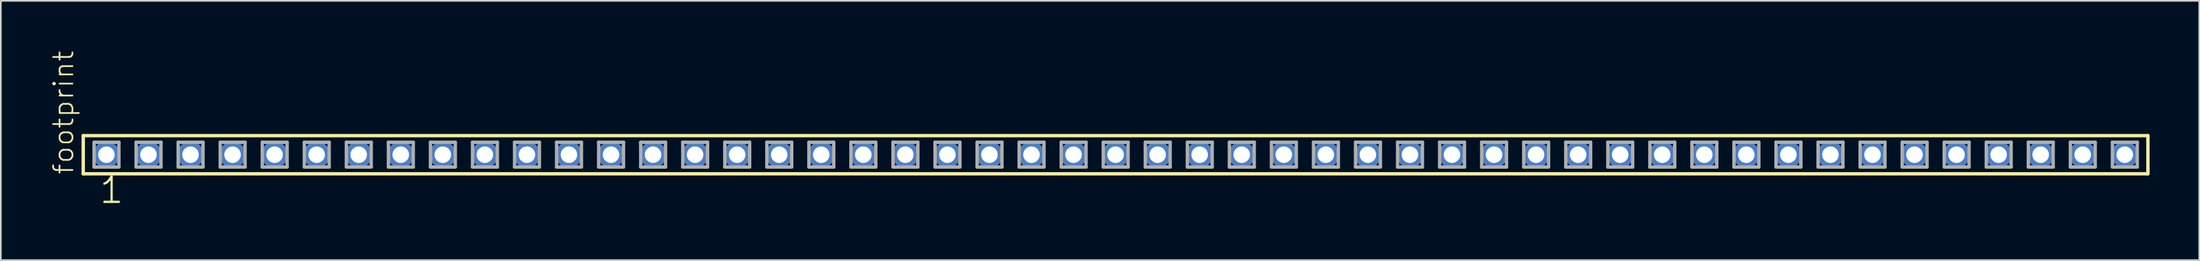
<source format=kicad_pcb>
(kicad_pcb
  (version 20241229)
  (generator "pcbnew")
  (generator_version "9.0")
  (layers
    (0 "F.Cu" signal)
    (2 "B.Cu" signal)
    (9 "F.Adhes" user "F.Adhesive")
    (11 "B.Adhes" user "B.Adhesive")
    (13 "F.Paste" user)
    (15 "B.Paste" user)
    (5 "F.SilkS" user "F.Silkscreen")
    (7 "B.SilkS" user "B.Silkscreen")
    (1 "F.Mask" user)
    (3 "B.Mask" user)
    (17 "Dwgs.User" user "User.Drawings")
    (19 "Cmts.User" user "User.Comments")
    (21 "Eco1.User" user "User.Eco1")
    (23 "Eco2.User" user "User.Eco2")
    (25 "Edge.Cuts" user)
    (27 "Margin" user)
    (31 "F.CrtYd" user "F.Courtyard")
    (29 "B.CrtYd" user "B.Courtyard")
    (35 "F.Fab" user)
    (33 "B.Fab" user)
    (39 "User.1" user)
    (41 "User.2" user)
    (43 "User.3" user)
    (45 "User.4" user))
  (footprint "footprint"
    (layer "F.Cu")
    (at 64.338 6.312)
    (property "Reference" "footprint" (at -62.865 1.27 90) (layer "F.SilkS") (effects (font (size 1.168 1.168) (thickness 0.102)) (justify left bottom)))
    (fp_line (start -62.359 -1.155) (end 62.359 -1.155) (stroke (width 0.203) (type solid)) (layer "F.SilkS"))
    (fp_line (start -62.359 1.155) (end -62.359 -1.155) (stroke (width 0.203) (type solid)) (layer "F.SilkS"))
    (fp_line (start 62.359 -1.155) (end 62.359 1.155) (stroke (width 0.203) (type solid)) (layer "F.SilkS"))
    (fp_line (start 62.359 1.155) (end -62.359 1.155) (stroke (width 0.203) (type solid)) (layer "F.SilkS"))
    (fp_line (start -61.705 -0.755) (end -60.205 -0.755) (stroke (width 0.203) (type solid)) (layer "F.Fab"))
    (fp_line (start -61.705 0.745) (end -61.705 -0.755) (stroke (width 0.203) (type solid)) (layer "F.Fab"))
    (fp_line (start -60.205 -0.755) (end -60.205 0.745) (stroke (width 0.203) (type solid)) (layer "F.Fab"))
    (fp_line (start -60.205 0.745) (end -61.705 0.745) (stroke (width 0.203) (type solid)) (layer "F.Fab"))
    (fp_line (start -59.165 -0.755) (end -57.665 -0.755) (stroke (width 0.203) (type solid)) (layer "F.Fab"))
    (fp_line (start -59.165 0.745) (end -59.165 -0.755) (stroke (width 0.203) (type solid)) (layer "F.Fab"))
    (fp_line (start -57.665 -0.755) (end -57.665 0.745) (stroke (width 0.203) (type solid)) (layer "F.Fab"))
    (fp_line (start -57.665 0.745) (end -59.165 0.745) (stroke (width 0.203) (type solid)) (layer "F.Fab"))
    (fp_line (start -56.625 -0.755) (end -55.125 -0.755) (stroke (width 0.203) (type solid)) (layer "F.Fab"))
    (fp_line (start -56.625 0.745) (end -56.625 -0.755) (stroke (width 0.203) (type solid)) (layer "F.Fab"))
    (fp_line (start -55.125 -0.755) (end -55.125 0.745) (stroke (width 0.203) (type solid)) (layer "F.Fab"))
    (fp_line (start -55.125 0.745) (end -56.625 0.745) (stroke (width 0.203) (type solid)) (layer "F.Fab"))
    (fp_line (start -54.085 -0.755) (end -52.585 -0.755) (stroke (width 0.203) (type solid)) (layer "F.Fab"))
    (fp_line (start -54.085 0.745) (end -54.085 -0.755) (stroke (width 0.203) (type solid)) (layer "F.Fab"))
    (fp_line (start -52.585 -0.755) (end -52.585 0.745) (stroke (width 0.203) (type solid)) (layer "F.Fab"))
    (fp_line (start -52.585 0.745) (end -54.085 0.745) (stroke (width 0.203) (type solid)) (layer "F.Fab"))
    (fp_line (start -51.545 -0.755) (end -50.045 -0.755) (stroke (width 0.203) (type solid)) (layer "F.Fab"))
    (fp_line (start -51.545 0.745) (end -51.545 -0.755) (stroke (width 0.203) (type solid)) (layer "F.Fab"))
    (fp_line (start -50.045 -0.755) (end -50.045 0.745) (stroke (width 0.203) (type solid)) (layer "F.Fab"))
    (fp_line (start -50.045 0.745) (end -51.545 0.745) (stroke (width 0.203) (type solid)) (layer "F.Fab"))
    (fp_line (start -49.005 -0.755) (end -47.505 -0.755) (stroke (width 0.203) (type solid)) (layer "F.Fab"))
    (fp_line (start -49.005 0.745) (end -49.005 -0.755) (stroke (width 0.203) (type solid)) (layer "F.Fab"))
    (fp_line (start -47.505 -0.755) (end -47.505 0.745) (stroke (width 0.203) (type solid)) (layer "F.Fab"))
    (fp_line (start -47.505 0.745) (end -49.005 0.745) (stroke (width 0.203) (type solid)) (layer "F.Fab"))
    (fp_line (start -46.465 -0.755) (end -44.965 -0.755) (stroke (width 0.203) (type solid)) (layer "F.Fab"))
    (fp_line (start -46.465 0.745) (end -46.465 -0.755) (stroke (width 0.203) (type solid)) (layer "F.Fab"))
    (fp_line (start -44.965 -0.755) (end -44.965 0.745) (stroke (width 0.203) (type solid)) (layer "F.Fab"))
    (fp_line (start -44.965 0.745) (end -46.465 0.745) (stroke (width 0.203) (type solid)) (layer "F.Fab"))
    (fp_line (start -43.925 -0.755) (end -42.425 -0.755) (stroke (width 0.203) (type solid)) (layer "F.Fab"))
    (fp_line (start -43.925 0.745) (end -43.925 -0.755) (stroke (width 0.203) (type solid)) (layer "F.Fab"))
    (fp_line (start -42.425 -0.755) (end -42.425 0.745) (stroke (width 0.203) (type solid)) (layer "F.Fab"))
    (fp_line (start -42.425 0.745) (end -43.925 0.745) (stroke (width 0.203) (type solid)) (layer "F.Fab"))
    (fp_line (start -41.385 -0.755) (end -39.885 -0.755) (stroke (width 0.203) (type solid)) (layer "F.Fab"))
    (fp_line (start -41.385 0.745) (end -41.385 -0.755) (stroke (width 0.203) (type solid)) (layer "F.Fab"))
    (fp_line (start -39.885 -0.755) (end -39.885 0.745) (stroke (width 0.203) (type solid)) (layer "F.Fab"))
    (fp_line (start -39.885 0.745) (end -41.385 0.745) (stroke (width 0.203) (type solid)) (layer "F.Fab"))
    (fp_line (start -38.845 -0.755) (end -37.345 -0.755) (stroke (width 0.203) (type solid)) (layer "F.Fab"))
    (fp_line (start -38.845 0.745) (end -38.845 -0.755) (stroke (width 0.203) (type solid)) (layer "F.Fab"))
    (fp_line (start -37.345 -0.755) (end -37.345 0.745) (stroke (width 0.203) (type solid)) (layer "F.Fab"))
    (fp_line (start -37.345 0.745) (end -38.845 0.745) (stroke (width 0.203) (type solid)) (layer "F.Fab"))
    (fp_line (start -36.305 -0.755) (end -34.805 -0.755) (stroke (width 0.203) (type solid)) (layer "F.Fab"))
    (fp_line (start -36.305 0.745) (end -36.305 -0.755) (stroke (width 0.203) (type solid)) (layer "F.Fab"))
    (fp_line (start -34.805 -0.755) (end -34.805 0.745) (stroke (width 0.203) (type solid)) (layer "F.Fab"))
    (fp_line (start -34.805 0.745) (end -36.305 0.745) (stroke (width 0.203) (type solid)) (layer "F.Fab"))
    (fp_line (start -33.765 -0.755) (end -32.265 -0.755) (stroke (width 0.203) (type solid)) (layer "F.Fab"))
    (fp_line (start -33.765 0.745) (end -33.765 -0.755) (stroke (width 0.203) (type solid)) (layer "F.Fab"))
    (fp_line (start -32.265 -0.755) (end -32.265 0.745) (stroke (width 0.203) (type solid)) (layer "F.Fab"))
    (fp_line (start -32.265 0.745) (end -33.765 0.745) (stroke (width 0.203) (type solid)) (layer "F.Fab"))
    (fp_line (start -31.225 -0.755) (end -29.725 -0.755) (stroke (width 0.203) (type solid)) (layer "F.Fab"))
    (fp_line (start -31.225 0.745) (end -31.225 -0.755) (stroke (width 0.203) (type solid)) (layer "F.Fab"))
    (fp_line (start -29.725 -0.755) (end -29.725 0.745) (stroke (width 0.203) (type solid)) (layer "F.Fab"))
    (fp_line (start -29.725 0.745) (end -31.225 0.745) (stroke (width 0.203) (type solid)) (layer "F.Fab"))
    (fp_line (start -28.685 -0.755) (end -27.185 -0.755) (stroke (width 0.203) (type solid)) (layer "F.Fab"))
    (fp_line (start -28.685 0.745) (end -28.685 -0.755) (stroke (width 0.203) (type solid)) (layer "F.Fab"))
    (fp_line (start -27.185 -0.755) (end -27.185 0.745) (stroke (width 0.203) (type solid)) (layer "F.Fab"))
    (fp_line (start -27.185 0.745) (end -28.685 0.745) (stroke (width 0.203) (type solid)) (layer "F.Fab"))
    (fp_line (start -26.145 -0.755) (end -24.645 -0.755) (stroke (width 0.203) (type solid)) (layer "F.Fab"))
    (fp_line (start -26.145 0.745) (end -26.145 -0.755) (stroke (width 0.203) (type solid)) (layer "F.Fab"))
    (fp_line (start -24.645 -0.755) (end -24.645 0.745) (stroke (width 0.203) (type solid)) (layer "F.Fab"))
    (fp_line (start -24.645 0.745) (end -26.145 0.745) (stroke (width 0.203) (type solid)) (layer "F.Fab"))
    (fp_line (start -23.605 -0.755) (end -22.105 -0.755) (stroke (width 0.203) (type solid)) (layer "F.Fab"))
    (fp_line (start -23.605 0.745) (end -23.605 -0.755) (stroke (width 0.203) (type solid)) (layer "F.Fab"))
    (fp_line (start -22.105 -0.755) (end -22.105 0.745) (stroke (width 0.203) (type solid)) (layer "F.Fab"))
    (fp_line (start -22.105 0.745) (end -23.605 0.745) (stroke (width 0.203) (type solid)) (layer "F.Fab"))
    (fp_line (start -21.065 -0.755) (end -19.565 -0.755) (stroke (width 0.203) (type solid)) (layer "F.Fab"))
    (fp_line (start -21.065 0.745) (end -21.065 -0.755) (stroke (width 0.203) (type solid)) (layer "F.Fab"))
    (fp_line (start -19.565 -0.755) (end -19.565 0.745) (stroke (width 0.203) (type solid)) (layer "F.Fab"))
    (fp_line (start -19.565 0.745) (end -21.065 0.745) (stroke (width 0.203) (type solid)) (layer "F.Fab"))
    (fp_line (start -18.525 -0.755) (end -17.025 -0.755) (stroke (width 0.203) (type solid)) (layer "F.Fab"))
    (fp_line (start -18.525 0.745) (end -18.525 -0.755) (stroke (width 0.203) (type solid)) (layer "F.Fab"))
    (fp_line (start -17.025 -0.755) (end -17.025 0.745) (stroke (width 0.203) (type solid)) (layer "F.Fab"))
    (fp_line (start -17.025 0.745) (end -18.525 0.745) (stroke (width 0.203) (type solid)) (layer "F.Fab"))
    (fp_line (start -15.985 -0.755) (end -14.485 -0.755) (stroke (width 0.203) (type solid)) (layer "F.Fab"))
    (fp_line (start -15.985 0.745) (end -15.985 -0.755) (stroke (width 0.203) (type solid)) (layer "F.Fab"))
    (fp_line (start -14.485 -0.755) (end -14.485 0.745) (stroke (width 0.203) (type solid)) (layer "F.Fab"))
    (fp_line (start -14.485 0.745) (end -15.985 0.745) (stroke (width 0.203) (type solid)) (layer "F.Fab"))
    (fp_line (start -13.445 -0.755) (end -11.945 -0.755) (stroke (width 0.203) (type solid)) (layer "F.Fab"))
    (fp_line (start -13.445 0.745) (end -13.445 -0.755) (stroke (width 0.203) (type solid)) (layer "F.Fab"))
    (fp_line (start -11.945 -0.755) (end -11.945 0.745) (stroke (width 0.203) (type solid)) (layer "F.Fab"))
    (fp_line (start -11.945 0.745) (end -13.445 0.745) (stroke (width 0.203) (type solid)) (layer "F.Fab"))
    (fp_line (start -10.905 -0.755) (end -9.405 -0.755) (stroke (width 0.203) (type solid)) (layer "F.Fab"))
    (fp_line (start -10.905 0.745) (end -10.905 -0.755) (stroke (width 0.203) (type solid)) (layer "F.Fab"))
    (fp_line (start -9.405 -0.755) (end -9.405 0.745) (stroke (width 0.203) (type solid)) (layer "F.Fab"))
    (fp_line (start -9.405 0.745) (end -10.905 0.745) (stroke (width 0.203) (type solid)) (layer "F.Fab"))
    (fp_line (start -8.365 -0.755) (end -6.865 -0.755) (stroke (width 0.203) (type solid)) (layer "F.Fab"))
    (fp_line (start -8.365 0.745) (end -8.365 -0.755) (stroke (width 0.203) (type solid)) (layer "F.Fab"))
    (fp_line (start -6.865 -0.755) (end -6.865 0.745) (stroke (width 0.203) (type solid)) (layer "F.Fab"))
    (fp_line (start -6.865 0.745) (end -8.365 0.745) (stroke (width 0.203) (type solid)) (layer "F.Fab"))
    (fp_line (start -5.825 -0.755) (end -4.325 -0.755) (stroke (width 0.203) (type solid)) (layer "F.Fab"))
    (fp_line (start -5.825 0.745) (end -5.825 -0.755) (stroke (width 0.203) (type solid)) (layer "F.Fab"))
    (fp_line (start -4.325 -0.755) (end -4.325 0.745) (stroke (width 0.203) (type solid)) (layer "F.Fab"))
    (fp_line (start -4.325 0.745) (end -5.825 0.745) (stroke (width 0.203) (type solid)) (layer "F.Fab"))
    (fp_line (start -3.285 -0.755) (end -1.785 -0.755) (stroke (width 0.203) (type solid)) (layer "F.Fab"))
    (fp_line (start -3.285 0.745) (end -3.285 -0.755) (stroke (width 0.203) (type solid)) (layer "F.Fab"))
    (fp_line (start -1.785 -0.755) (end -1.785 0.745) (stroke (width 0.203) (type solid)) (layer "F.Fab"))
    (fp_line (start -1.785 0.745) (end -3.285 0.745) (stroke (width 0.203) (type solid)) (layer "F.Fab"))
    (fp_line (start -0.745 -0.755) (end 0.755 -0.755) (stroke (width 0.203) (type solid)) (layer "F.Fab"))
    (fp_line (start -0.745 0.745) (end -0.745 -0.755) (stroke (width 0.203) (type solid)) (layer "F.Fab"))
    (fp_line (start 0.755 -0.755) (end 0.755 0.745) (stroke (width 0.203) (type solid)) (layer "F.Fab"))
    (fp_line (start 0.755 0.745) (end -0.745 0.745) (stroke (width 0.203) (type solid)) (layer "F.Fab"))
    (fp_line (start 1.795 -0.755) (end 3.295 -0.755) (stroke (width 0.203) (type solid)) (layer "F.Fab"))
    (fp_line (start 1.795 0.745) (end 1.795 -0.755) (stroke (width 0.203) (type solid)) (layer "F.Fab"))
    (fp_line (start 3.295 -0.755) (end 3.295 0.745) (stroke (width 0.203) (type solid)) (layer "F.Fab"))
    (fp_line (start 3.295 0.745) (end 1.795 0.745) (stroke (width 0.203) (type solid)) (layer "F.Fab"))
    (fp_line (start 4.335 -0.755) (end 5.835 -0.755) (stroke (width 0.203) (type solid)) (layer "F.Fab"))
    (fp_line (start 4.335 0.745) (end 4.335 -0.755) (stroke (width 0.203) (type solid)) (layer "F.Fab"))
    (fp_line (start 5.835 -0.755) (end 5.835 0.745) (stroke (width 0.203) (type solid)) (layer "F.Fab"))
    (fp_line (start 5.835 0.745) (end 4.335 0.745) (stroke (width 0.203) (type solid)) (layer "F.Fab"))
    (fp_line (start 6.875 -0.755) (end 8.375 -0.755) (stroke (width 0.203) (type solid)) (layer "F.Fab"))
    (fp_line (start 6.875 0.745) (end 6.875 -0.755) (stroke (width 0.203) (type solid)) (layer "F.Fab"))
    (fp_line (start 8.375 -0.755) (end 8.375 0.745) (stroke (width 0.203) (type solid)) (layer "F.Fab"))
    (fp_line (start 8.375 0.745) (end 6.875 0.745) (stroke (width 0.203) (type solid)) (layer "F.Fab"))
    (fp_line (start 9.415 -0.755) (end 10.915 -0.755) (stroke (width 0.203) (type solid)) (layer "F.Fab"))
    (fp_line (start 9.415 0.745) (end 9.415 -0.755) (stroke (width 0.203) (type solid)) (layer "F.Fab"))
    (fp_line (start 10.915 -0.755) (end 10.915 0.745) (stroke (width 0.203) (type solid)) (layer "F.Fab"))
    (fp_line (start 10.915 0.745) (end 9.415 0.745) (stroke (width 0.203) (type solid)) (layer "F.Fab"))
    (fp_line (start 11.955 -0.755) (end 13.455 -0.755) (stroke (width 0.203) (type solid)) (layer "F.Fab"))
    (fp_line (start 11.955 0.745) (end 11.955 -0.755) (stroke (width 0.203) (type solid)) (layer "F.Fab"))
    (fp_line (start 13.455 -0.755) (end 13.455 0.745) (stroke (width 0.203) (type solid)) (layer "F.Fab"))
    (fp_line (start 13.455 0.745) (end 11.955 0.745) (stroke (width 0.203) (type solid)) (layer "F.Fab"))
    (fp_line (start 14.495 -0.755) (end 15.995 -0.755) (stroke (width 0.203) (type solid)) (layer "F.Fab"))
    (fp_line (start 14.495 0.745) (end 14.495 -0.755) (stroke (width 0.203) (type solid)) (layer "F.Fab"))
    (fp_line (start 15.995 -0.755) (end 15.995 0.745) (stroke (width 0.203) (type solid)) (layer "F.Fab"))
    (fp_line (start 15.995 0.745) (end 14.495 0.745) (stroke (width 0.203) (type solid)) (layer "F.Fab"))
    (fp_line (start 17.035 -0.755) (end 18.535 -0.755) (stroke (width 0.203) (type solid)) (layer "F.Fab"))
    (fp_line (start 17.035 0.745) (end 17.035 -0.755) (stroke (width 0.203) (type solid)) (layer "F.Fab"))
    (fp_line (start 18.535 -0.755) (end 18.535 0.745) (stroke (width 0.203) (type solid)) (layer "F.Fab"))
    (fp_line (start 18.535 0.745) (end 17.035 0.745) (stroke (width 0.203) (type solid)) (layer "F.Fab"))
    (fp_line (start 19.575 -0.755) (end 21.075 -0.755) (stroke (width 0.203) (type solid)) (layer "F.Fab"))
    (fp_line (start 19.575 0.745) (end 19.575 -0.755) (stroke (width 0.203) (type solid)) (layer "F.Fab"))
    (fp_line (start 21.075 -0.755) (end 21.075 0.745) (stroke (width 0.203) (type solid)) (layer "F.Fab"))
    (fp_line (start 21.075 0.745) (end 19.575 0.745) (stroke (width 0.203) (type solid)) (layer "F.Fab"))
    (fp_line (start 22.115 -0.755) (end 23.615 -0.755) (stroke (width 0.203) (type solid)) (layer "F.Fab"))
    (fp_line (start 22.115 0.745) (end 22.115 -0.755) (stroke (width 0.203) (type solid)) (layer "F.Fab"))
    (fp_line (start 23.615 -0.755) (end 23.615 0.745) (stroke (width 0.203) (type solid)) (layer "F.Fab"))
    (fp_line (start 23.615 0.745) (end 22.115 0.745) (stroke (width 0.203) (type solid)) (layer "F.Fab"))
    (fp_line (start 24.655 -0.755) (end 26.155 -0.755) (stroke (width 0.203) (type solid)) (layer "F.Fab"))
    (fp_line (start 24.655 0.745) (end 24.655 -0.755) (stroke (width 0.203) (type solid)) (layer "F.Fab"))
    (fp_line (start 26.155 -0.755) (end 26.155 0.745) (stroke (width 0.203) (type solid)) (layer "F.Fab"))
    (fp_line (start 26.155 0.745) (end 24.655 0.745) (stroke (width 0.203) (type solid)) (layer "F.Fab"))
    (fp_line (start 27.195 -0.755) (end 28.695 -0.755) (stroke (width 0.203) (type solid)) (layer "F.Fab"))
    (fp_line (start 27.195 0.745) (end 27.195 -0.755) (stroke (width 0.203) (type solid)) (layer "F.Fab"))
    (fp_line (start 28.695 -0.755) (end 28.695 0.745) (stroke (width 0.203) (type solid)) (layer "F.Fab"))
    (fp_line (start 28.695 0.745) (end 27.195 0.745) (stroke (width 0.203) (type solid)) (layer "F.Fab"))
    (fp_line (start 29.735 -0.755) (end 31.235 -0.755) (stroke (width 0.203) (type solid)) (layer "F.Fab"))
    (fp_line (start 29.735 0.745) (end 29.735 -0.755) (stroke (width 0.203) (type solid)) (layer "F.Fab"))
    (fp_line (start 31.235 -0.755) (end 31.235 0.745) (stroke (width 0.203) (type solid)) (layer "F.Fab"))
    (fp_line (start 31.235 0.745) (end 29.735 0.745) (stroke (width 0.203) (type solid)) (layer "F.Fab"))
    (fp_line (start 32.275 -0.755) (end 33.775 -0.755) (stroke (width 0.203) (type solid)) (layer "F.Fab"))
    (fp_line (start 32.275 0.745) (end 32.275 -0.755) (stroke (width 0.203) (type solid)) (layer "F.Fab"))
    (fp_line (start 33.775 -0.755) (end 33.775 0.745) (stroke (width 0.203) (type solid)) (layer "F.Fab"))
    (fp_line (start 33.775 0.745) (end 32.275 0.745) (stroke (width 0.203) (type solid)) (layer "F.Fab"))
    (fp_line (start 34.815 -0.755) (end 36.315 -0.755) (stroke (width 0.203) (type solid)) (layer "F.Fab"))
    (fp_line (start 34.815 0.745) (end 34.815 -0.755) (stroke (width 0.203) (type solid)) (layer "F.Fab"))
    (fp_line (start 36.315 -0.755) (end 36.315 0.745) (stroke (width 0.203) (type solid)) (layer "F.Fab"))
    (fp_line (start 36.315 0.745) (end 34.815 0.745) (stroke (width 0.203) (type solid)) (layer "F.Fab"))
    (fp_line (start 37.355 -0.755) (end 38.855 -0.755) (stroke (width 0.203) (type solid)) (layer "F.Fab"))
    (fp_line (start 37.355 0.745) (end 37.355 -0.755) (stroke (width 0.203) (type solid)) (layer "F.Fab"))
    (fp_line (start 38.855 -0.755) (end 38.855 0.745) (stroke (width 0.203) (type solid)) (layer "F.Fab"))
    (fp_line (start 38.855 0.745) (end 37.355 0.745) (stroke (width 0.203) (type solid)) (layer "F.Fab"))
    (fp_line (start 39.895 -0.755) (end 41.395 -0.755) (stroke (width 0.203) (type solid)) (layer "F.Fab"))
    (fp_line (start 39.895 0.745) (end 39.895 -0.755) (stroke (width 0.203) (type solid)) (layer "F.Fab"))
    (fp_line (start 41.395 -0.755) (end 41.395 0.745) (stroke (width 0.203) (type solid)) (layer "F.Fab"))
    (fp_line (start 41.395 0.745) (end 39.895 0.745) (stroke (width 0.203) (type solid)) (layer "F.Fab"))
    (fp_line (start 42.435 -0.755) (end 43.935 -0.755) (stroke (width 0.203) (type solid)) (layer "F.Fab"))
    (fp_line (start 42.435 0.745) (end 42.435 -0.755) (stroke (width 0.203) (type solid)) (layer "F.Fab"))
    (fp_line (start 43.935 -0.755) (end 43.935 0.745) (stroke (width 0.203) (type solid)) (layer "F.Fab"))
    (fp_line (start 43.935 0.745) (end 42.435 0.745) (stroke (width 0.203) (type solid)) (layer "F.Fab"))
    (fp_line (start 44.975 -0.755) (end 46.475 -0.755) (stroke (width 0.203) (type solid)) (layer "F.Fab"))
    (fp_line (start 44.975 0.745) (end 44.975 -0.755) (stroke (width 0.203) (type solid)) (layer "F.Fab"))
    (fp_line (start 46.475 -0.755) (end 46.475 0.745) (stroke (width 0.203) (type solid)) (layer "F.Fab"))
    (fp_line (start 46.475 0.745) (end 44.975 0.745) (stroke (width 0.203) (type solid)) (layer "F.Fab"))
    (fp_line (start 47.515 -0.755) (end 49.015 -0.755) (stroke (width 0.203) (type solid)) (layer "F.Fab"))
    (fp_line (start 47.515 0.745) (end 47.515 -0.755) (stroke (width 0.203) (type solid)) (layer "F.Fab"))
    (fp_line (start 49.015 -0.755) (end 49.015 0.745) (stroke (width 0.203) (type solid)) (layer "F.Fab"))
    (fp_line (start 49.015 0.745) (end 47.515 0.745) (stroke (width 0.203) (type solid)) (layer "F.Fab"))
    (fp_line (start 50.055 -0.755) (end 51.555 -0.755) (stroke (width 0.203) (type solid)) (layer "F.Fab"))
    (fp_line (start 50.055 0.745) (end 50.055 -0.755) (stroke (width 0.203) (type solid)) (layer "F.Fab"))
    (fp_line (start 51.555 -0.755) (end 51.555 0.745) (stroke (width 0.203) (type solid)) (layer "F.Fab"))
    (fp_line (start 51.555 0.745) (end 50.055 0.745) (stroke (width 0.203) (type solid)) (layer "F.Fab"))
    (fp_line (start 52.595 -0.755) (end 54.095 -0.755) (stroke (width 0.203) (type solid)) (layer "F.Fab"))
    (fp_line (start 52.595 0.745) (end 52.595 -0.755) (stroke (width 0.203) (type solid)) (layer "F.Fab"))
    (fp_line (start 54.095 -0.755) (end 54.095 0.745) (stroke (width 0.203) (type solid)) (layer "F.Fab"))
    (fp_line (start 54.095 0.745) (end 52.595 0.745) (stroke (width 0.203) (type solid)) (layer "F.Fab"))
    (fp_line (start 55.135 -0.755) (end 56.635 -0.755) (stroke (width 0.203) (type solid)) (layer "F.Fab"))
    (fp_line (start 55.135 0.745) (end 55.135 -0.755) (stroke (width 0.203) (type solid)) (layer "F.Fab"))
    (fp_line (start 56.635 -0.755) (end 56.635 0.745) (stroke (width 0.203) (type solid)) (layer "F.Fab"))
    (fp_line (start 56.635 0.745) (end 55.135 0.745) (stroke (width 0.203) (type solid)) (layer "F.Fab"))
    (fp_line (start 57.675 -0.755) (end 59.175 -0.755) (stroke (width 0.203) (type solid)) (layer "F.Fab"))
    (fp_line (start 57.675 0.745) (end 57.675 -0.755) (stroke (width 0.203) (type solid)) (layer "F.Fab"))
    (fp_line (start 59.175 -0.755) (end 59.175 0.745) (stroke (width 0.203) (type solid)) (layer "F.Fab"))
    (fp_line (start 59.175 0.745) (end 57.675 0.745) (stroke (width 0.203) (type solid)) (layer "F.Fab"))
    (fp_line (start 60.215 -0.755) (end 61.715 -0.755) (stroke (width 0.203) (type solid)) (layer "F.Fab"))
    (fp_line (start 60.215 0.745) (end 60.215 -0.755) (stroke (width 0.203) (type solid)) (layer "F.Fab"))
    (fp_line (start 61.715 -0.755) (end 61.715 0.745) (stroke (width 0.203) (type solid)) (layer "F.Fab"))
    (fp_line (start 61.715 0.745) (end 60.215 0.745) (stroke (width 0.203) (type solid)) (layer "F.Fab"))
    (fp_text user "1" (at -61.468 3.048 0) (layer "F.SilkS") (effects (font (size 1.542 1.542) (thickness 0.134)) (justify left bottom)))
    (pad "1" thru_hole roundrect (at -60.96 0) (size 1.5 1.5) (drill 1) (layers "*.Cu" "*.Mask") (roundrect_rratio 0.25) (chamfer_ratio 0.25) (chamfer top_left top_right bottom_left bottom_right))
    (pad "2" thru_hole roundrect (at -58.42 0) (size 1.5 1.5) (drill 1) (layers "*.Cu" "*.Mask") (roundrect_rratio 0.25) (chamfer_ratio 0.25) (chamfer top_left top_right bottom_left bottom_right))
    (pad "3" thru_hole roundrect (at -55.88 0) (size 1.5 1.5) (drill 1) (layers "*.Cu" "*.Mask") (roundrect_rratio 0.25) (chamfer_ratio 0.25) (chamfer top_left top_right bottom_left bottom_right))
    (pad "4" thru_hole roundrect (at -53.34 0) (size 1.5 1.5) (drill 1) (layers "*.Cu" "*.Mask") (roundrect_rratio 0.25) (chamfer_ratio 0.25) (chamfer top_left top_right bottom_left bottom_right))
    (pad "5" thru_hole roundrect (at -50.8 0) (size 1.5 1.5) (drill 1) (layers "*.Cu" "*.Mask") (roundrect_rratio 0.25) (chamfer_ratio 0.25) (chamfer top_left top_right bottom_left bottom_right))
    (pad "6" thru_hole roundrect (at -48.26 0) (size 1.5 1.5) (drill 1) (layers "*.Cu" "*.Mask") (roundrect_rratio 0.25) (chamfer_ratio 0.25) (chamfer top_left top_right bottom_left bottom_right))
    (pad "7" thru_hole roundrect (at -45.72 0) (size 1.5 1.5) (drill 1) (layers "*.Cu" "*.Mask") (roundrect_rratio 0.25) (chamfer_ratio 0.25) (chamfer top_left top_right bottom_left bottom_right))
    (pad "8" thru_hole roundrect (at -43.18 0) (size 1.5 1.5) (drill 1) (layers "*.Cu" "*.Mask") (roundrect_rratio 0.25) (chamfer_ratio 0.25) (chamfer top_left top_right bottom_left bottom_right))
    (pad "9" thru_hole roundrect (at -40.64 0) (size 1.5 1.5) (drill 1) (layers "*.Cu" "*.Mask") (roundrect_rratio 0.25) (chamfer_ratio 0.25) (chamfer top_left top_right bottom_left bottom_right))
    (pad "10" thru_hole roundrect (at -38.1 0) (size 1.5 1.5) (drill 1) (layers "*.Cu" "*.Mask") (roundrect_rratio 0.25) (chamfer_ratio 0.25) (chamfer top_left top_right bottom_left bottom_right))
    (pad "11" thru_hole roundrect (at -35.56 0) (size 1.5 1.5) (drill 1) (layers "*.Cu" "*.Mask") (roundrect_rratio 0.25) (chamfer_ratio 0.25) (chamfer top_left top_right bottom_left bottom_right))
    (pad "12" thru_hole roundrect (at -33.02 0) (size 1.5 1.5) (drill 1) (layers "*.Cu" "*.Mask") (roundrect_rratio 0.25) (chamfer_ratio 0.25) (chamfer top_left top_right bottom_left bottom_right))
    (pad "13" thru_hole roundrect (at -30.48 0) (size 1.5 1.5) (drill 1) (layers "*.Cu" "*.Mask") (roundrect_rratio 0.25) (chamfer_ratio 0.25) (chamfer top_left top_right bottom_left bottom_right))
    (pad "14" thru_hole roundrect (at -27.94 0) (size 1.5 1.5) (drill 1) (layers "*.Cu" "*.Mask") (roundrect_rratio 0.25) (chamfer_ratio 0.25) (chamfer top_left top_right bottom_left bottom_right))
    (pad "15" thru_hole roundrect (at -25.4 0) (size 1.5 1.5) (drill 1) (layers "*.Cu" "*.Mask") (roundrect_rratio 0.25) (chamfer_ratio 0.25) (chamfer top_left top_right bottom_left bottom_right))
    (pad "16" thru_hole roundrect (at -22.86 0) (size 1.5 1.5) (drill 1) (layers "*.Cu" "*.Mask") (roundrect_rratio 0.25) (chamfer_ratio 0.25) (chamfer top_left top_right bottom_left bottom_right))
    (pad "17" thru_hole roundrect (at -20.32 0) (size 1.5 1.5) (drill 1) (layers "*.Cu" "*.Mask") (roundrect_rratio 0.25) (chamfer_ratio 0.25) (chamfer top_left top_right bottom_left bottom_right))
    (pad "18" thru_hole roundrect (at -17.78 0) (size 1.5 1.5) (drill 1) (layers "*.Cu" "*.Mask") (roundrect_rratio 0.25) (chamfer_ratio 0.25) (chamfer top_left top_right bottom_left bottom_right))
    (pad "19" thru_hole roundrect (at -15.24 0) (size 1.5 1.5) (drill 1) (layers "*.Cu" "*.Mask") (roundrect_rratio 0.25) (chamfer_ratio 0.25) (chamfer top_left top_right bottom_left bottom_right))
    (pad "20" thru_hole roundrect (at -12.7 0) (size 1.5 1.5) (drill 1) (layers "*.Cu" "*.Mask") (roundrect_rratio 0.25) (chamfer_ratio 0.25) (chamfer top_left top_right bottom_left bottom_right))
    (pad "21" thru_hole roundrect (at -10.16 0) (size 1.5 1.5) (drill 1) (layers "*.Cu" "*.Mask") (roundrect_rratio 0.25) (chamfer_ratio 0.25) (chamfer top_left top_right bottom_left bottom_right))
    (pad "22" thru_hole roundrect (at -7.62 0) (size 1.5 1.5) (drill 1) (layers "*.Cu" "*.Mask") (roundrect_rratio 0.25) (chamfer_ratio 0.25) (chamfer top_left top_right bottom_left bottom_right))
    (pad "23" thru_hole roundrect (at -5.08 0) (size 1.5 1.5) (drill 1) (layers "*.Cu" "*.Mask") (roundrect_rratio 0.25) (chamfer_ratio 0.25) (chamfer top_left top_right bottom_left bottom_right))
    (pad "24" thru_hole roundrect (at -2.54 0) (size 1.5 1.5) (drill 1) (layers "*.Cu" "*.Mask") (roundrect_rratio 0.25) (chamfer_ratio 0.25) (chamfer top_left top_right bottom_left bottom_right))
    (pad "25" thru_hole roundrect (at 0 0) (size 1.5 1.5) (drill 1) (layers "*.Cu" "*.Mask") (roundrect_rratio 0.25) (chamfer_ratio 0.25) (chamfer top_left top_right bottom_left bottom_right))
    (pad "26" thru_hole roundrect (at 2.54 0) (size 1.5 1.5) (drill 1) (layers "*.Cu" "*.Mask") (roundrect_rratio 0.25) (chamfer_ratio 0.25) (chamfer top_left top_right bottom_left bottom_right))
    (pad "27" thru_hole roundrect (at 5.08 0) (size 1.5 1.5) (drill 1) (layers "*.Cu" "*.Mask") (roundrect_rratio 0.25) (chamfer_ratio 0.25) (chamfer top_left top_right bottom_left bottom_right))
    (pad "28" thru_hole roundrect (at 7.62 0) (size 1.5 1.5) (drill 1) (layers "*.Cu" "*.Mask") (roundrect_rratio 0.25) (chamfer_ratio 0.25) (chamfer top_left top_right bottom_left bottom_right))
    (pad "29" thru_hole roundrect (at 10.16 0) (size 1.5 1.5) (drill 1) (layers "*.Cu" "*.Mask") (roundrect_rratio 0.25) (chamfer_ratio 0.25) (chamfer top_left top_right bottom_left bottom_right))
    (pad "30" thru_hole roundrect (at 12.7 0) (size 1.5 1.5) (drill 1) (layers "*.Cu" "*.Mask") (roundrect_rratio 0.25) (chamfer_ratio 0.25) (chamfer top_left top_right bottom_left bottom_right))
    (pad "31" thru_hole roundrect (at 15.24 0) (size 1.5 1.5) (drill 1) (layers "*.Cu" "*.Mask") (roundrect_rratio 0.25) (chamfer_ratio 0.25) (chamfer top_left top_right bottom_left bottom_right))
    (pad "32" thru_hole roundrect (at 17.78 0) (size 1.5 1.5) (drill 1) (layers "*.Cu" "*.Mask") (roundrect_rratio 0.25) (chamfer_ratio 0.25) (chamfer top_left top_right bottom_left bottom_right))
    (pad "33" thru_hole roundrect (at 20.32 0) (size 1.5 1.5) (drill 1) (layers "*.Cu" "*.Mask") (roundrect_rratio 0.25) (chamfer_ratio 0.25) (chamfer top_left top_right bottom_left bottom_right))
    (pad "34" thru_hole roundrect (at 22.86 0) (size 1.5 1.5) (drill 1) (layers "*.Cu" "*.Mask") (roundrect_rratio 0.25) (chamfer_ratio 0.25) (chamfer top_left top_right bottom_left bottom_right))
    (pad "35" thru_hole roundrect (at 25.4 0) (size 1.5 1.5) (drill 1) (layers "*.Cu" "*.Mask") (roundrect_rratio 0.25) (chamfer_ratio 0.25) (chamfer top_left top_right bottom_left bottom_right))
    (pad "36" thru_hole roundrect (at 27.94 0) (size 1.5 1.5) (drill 1) (layers "*.Cu" "*.Mask") (roundrect_rratio 0.25) (chamfer_ratio 0.25) (chamfer top_left top_right bottom_left bottom_right))
    (pad "37" thru_hole roundrect (at 30.48 0) (size 1.5 1.5) (drill 1) (layers "*.Cu" "*.Mask") (roundrect_rratio 0.25) (chamfer_ratio 0.25) (chamfer top_left top_right bottom_left bottom_right))
    (pad "38" thru_hole roundrect (at 33.02 0) (size 1.5 1.5) (drill 1) (layers "*.Cu" "*.Mask") (roundrect_rratio 0.25) (chamfer_ratio 0.25) (chamfer top_left top_right bottom_left bottom_right))
    (pad "39" thru_hole roundrect (at 35.56 0) (size 1.5 1.5) (drill 1) (layers "*.Cu" "*.Mask") (roundrect_rratio 0.25) (chamfer_ratio 0.25) (chamfer top_left top_right bottom_left bottom_right))
    (pad "40" thru_hole roundrect (at 38.1 0) (size 1.5 1.5) (drill 1) (layers "*.Cu" "*.Mask") (roundrect_rratio 0.25) (chamfer_ratio 0.25) (chamfer top_left top_right bottom_left bottom_right))
    (pad "41" thru_hole roundrect (at 40.64 0) (size 1.5 1.5) (drill 1) (layers "*.Cu" "*.Mask") (roundrect_rratio 0.25) (chamfer_ratio 0.25) (chamfer top_left top_right bottom_left bottom_right))
    (pad "42" thru_hole roundrect (at 43.18 0) (size 1.5 1.5) (drill 1) (layers "*.Cu" "*.Mask") (roundrect_rratio 0.25) (chamfer_ratio 0.25) (chamfer top_left top_right bottom_left bottom_right))
    (pad "43" thru_hole roundrect (at 45.72 0) (size 1.5 1.5) (drill 1) (layers "*.Cu" "*.Mask") (roundrect_rratio 0.25) (chamfer_ratio 0.25) (chamfer top_left top_right bottom_left bottom_right))
    (pad "44" thru_hole roundrect (at 48.26 0) (size 1.5 1.5) (drill 1) (layers "*.Cu" "*.Mask") (roundrect_rratio 0.25) (chamfer_ratio 0.25) (chamfer top_left top_right bottom_left bottom_right))
    (pad "45" thru_hole roundrect (at 50.8 0) (size 1.5 1.5) (drill 1) (layers "*.Cu" "*.Mask") (roundrect_rratio 0.25) (chamfer_ratio 0.25) (chamfer top_left top_right bottom_left bottom_right))
    (pad "46" thru_hole roundrect (at 53.34 0) (size 1.5 1.5) (drill 1) (layers "*.Cu" "*.Mask") (roundrect_rratio 0.25) (chamfer_ratio 0.25) (chamfer top_left top_right bottom_left bottom_right))
    (pad "47" thru_hole roundrect (at 55.88 0) (size 1.5 1.5) (drill 1) (layers "*.Cu" "*.Mask") (roundrect_rratio 0.25) (chamfer_ratio 0.25) (chamfer top_left top_right bottom_left bottom_right))
    (pad "48" thru_hole roundrect (at 58.42 0) (size 1.5 1.5) (drill 1) (layers "*.Cu" "*.Mask") (roundrect_rratio 0.25) (chamfer_ratio 0.25) (chamfer top_left top_right bottom_left bottom_right))
    (pad "49" thru_hole roundrect (at 60.96 0) (size 1.5 1.5) (drill 1) (layers "*.Cu" "*.Mask") (roundrect_rratio 0.25) (chamfer_ratio 0.25) (chamfer top_left top_right bottom_left bottom_right)))
  (gr_rect
    (start -3 -3)
    (end 129.799 12.691)
    (stroke (width 0.1) (type default))
    (fill no)
    (layer "Edge.Cuts")))
</source>
